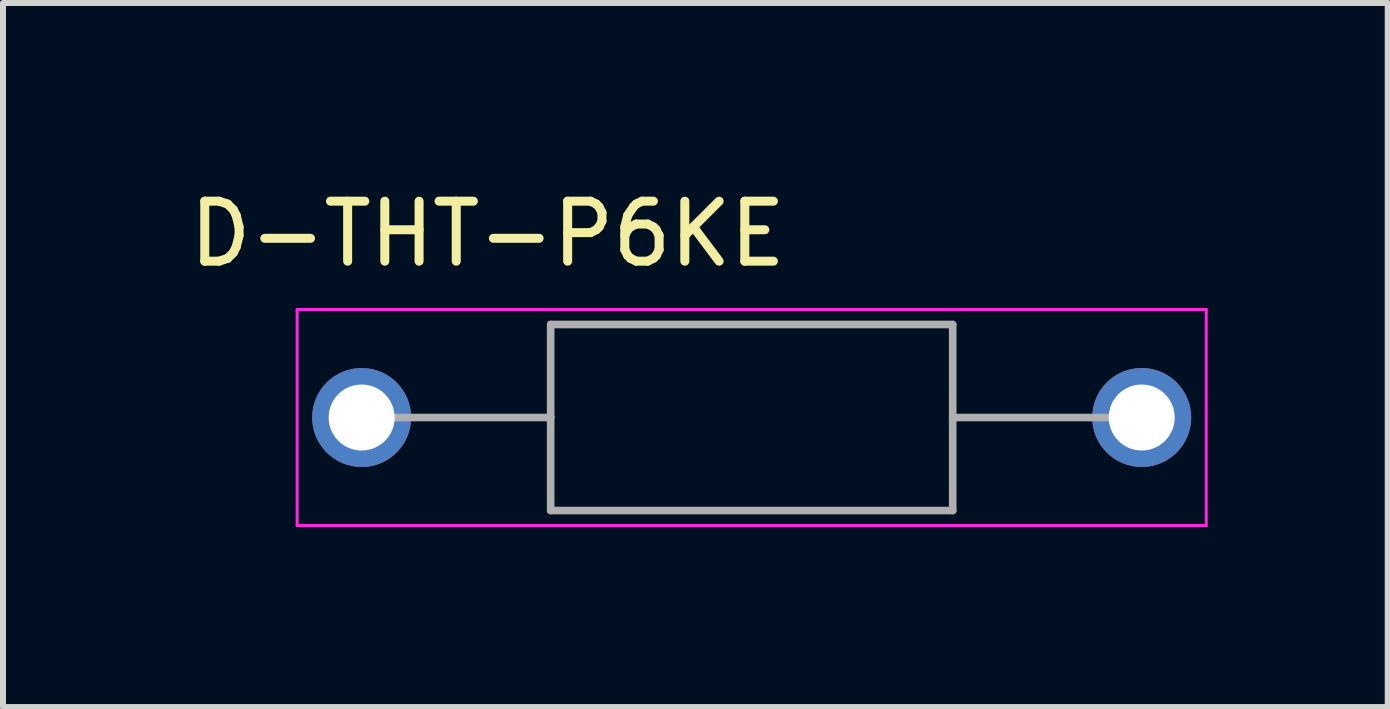
<source format=kicad_pcb>
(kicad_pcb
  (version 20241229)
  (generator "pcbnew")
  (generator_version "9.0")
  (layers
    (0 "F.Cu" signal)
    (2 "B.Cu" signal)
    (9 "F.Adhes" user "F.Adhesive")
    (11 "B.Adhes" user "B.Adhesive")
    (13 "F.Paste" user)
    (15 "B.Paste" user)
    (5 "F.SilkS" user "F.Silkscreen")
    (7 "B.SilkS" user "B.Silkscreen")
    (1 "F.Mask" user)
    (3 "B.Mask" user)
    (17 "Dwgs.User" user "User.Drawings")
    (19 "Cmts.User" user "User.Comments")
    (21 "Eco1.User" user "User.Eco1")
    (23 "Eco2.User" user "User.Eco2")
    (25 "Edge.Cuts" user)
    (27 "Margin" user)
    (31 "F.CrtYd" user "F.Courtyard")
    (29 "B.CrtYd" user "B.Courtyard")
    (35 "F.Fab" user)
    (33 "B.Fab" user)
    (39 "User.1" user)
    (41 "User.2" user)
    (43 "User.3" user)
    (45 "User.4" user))
  (footprint "D-THT-P6KE"
    (layer "F.Cu")
    (at 9.477 3.908)
    (property "Reference" "D-THT-P6KE" (at -4.4 -3.06 0) (layer "F.SilkS") (effects (font (size 1 1) (thickness 0.15))))
    (attr through_hole)
    (fp_line (start -7.575 -1.8) (end -7.575 1.8) (stroke (width 0.05) (type solid)) (layer "F.CrtYd"))
    (fp_line (start -7.575 1.8) (end 7.575 1.8) (stroke (width 0.05) (type solid)) (layer "F.CrtYd"))
    (fp_line (start 7.575 -1.8) (end -7.575 -1.8) (stroke (width 0.05) (type solid)) (layer "F.CrtYd"))
    (fp_line (start 7.575 1.8) (end 7.575 -1.8) (stroke (width 0.05) (type solid)) (layer "F.CrtYd"))
    (fp_line (start -3.35 -1.55) (end -3.35 0) (stroke (width 0.127) (type solid)) (layer "F.Fab"))
    (fp_line (start -3.35 0) (end -6.5 0) (stroke (width 0.127) (type solid)) (layer "F.Fab"))
    (fp_line (start -3.35 0) (end -3.35 1.55) (stroke (width 0.127) (type solid)) (layer "F.Fab"))
    (fp_line (start -3.35 1.55) (end 3.35 1.55) (stroke (width 0.127) (type solid)) (layer "F.Fab"))
    (fp_line (start 3.35 -1.55) (end -3.35 -1.55) (stroke (width 0.127) (type solid)) (layer "F.Fab"))
    (fp_line (start 3.35 0) (end 3.35 -1.55) (stroke (width 0.127) (type solid)) (layer "F.Fab"))
    (fp_line (start 3.35 0) (end 6.5 0) (stroke (width 0.127) (type solid)) (layer "F.Fab"))
    (fp_line (start 3.35 1.55) (end 3.35 0) (stroke (width 0.127) (type solid)) (layer "F.Fab"))
    (pad "1" thru_hole circle (at -6.5 0) (size 1.65 1.65) (drill 1.1) (layers "*.Cu" "*.Mask"))
    (pad "2" thru_hole circle (at 6.5 0) (size 1.65 1.65) (drill 1.1) (layers "*.Cu" "*.Mask")))
  (gr_rect
    (start -3 -3)
    (end 20.077 8.733)
    (stroke (width 0.1) (type default))
    (fill no)
    (layer "Edge.Cuts")))
</source>
